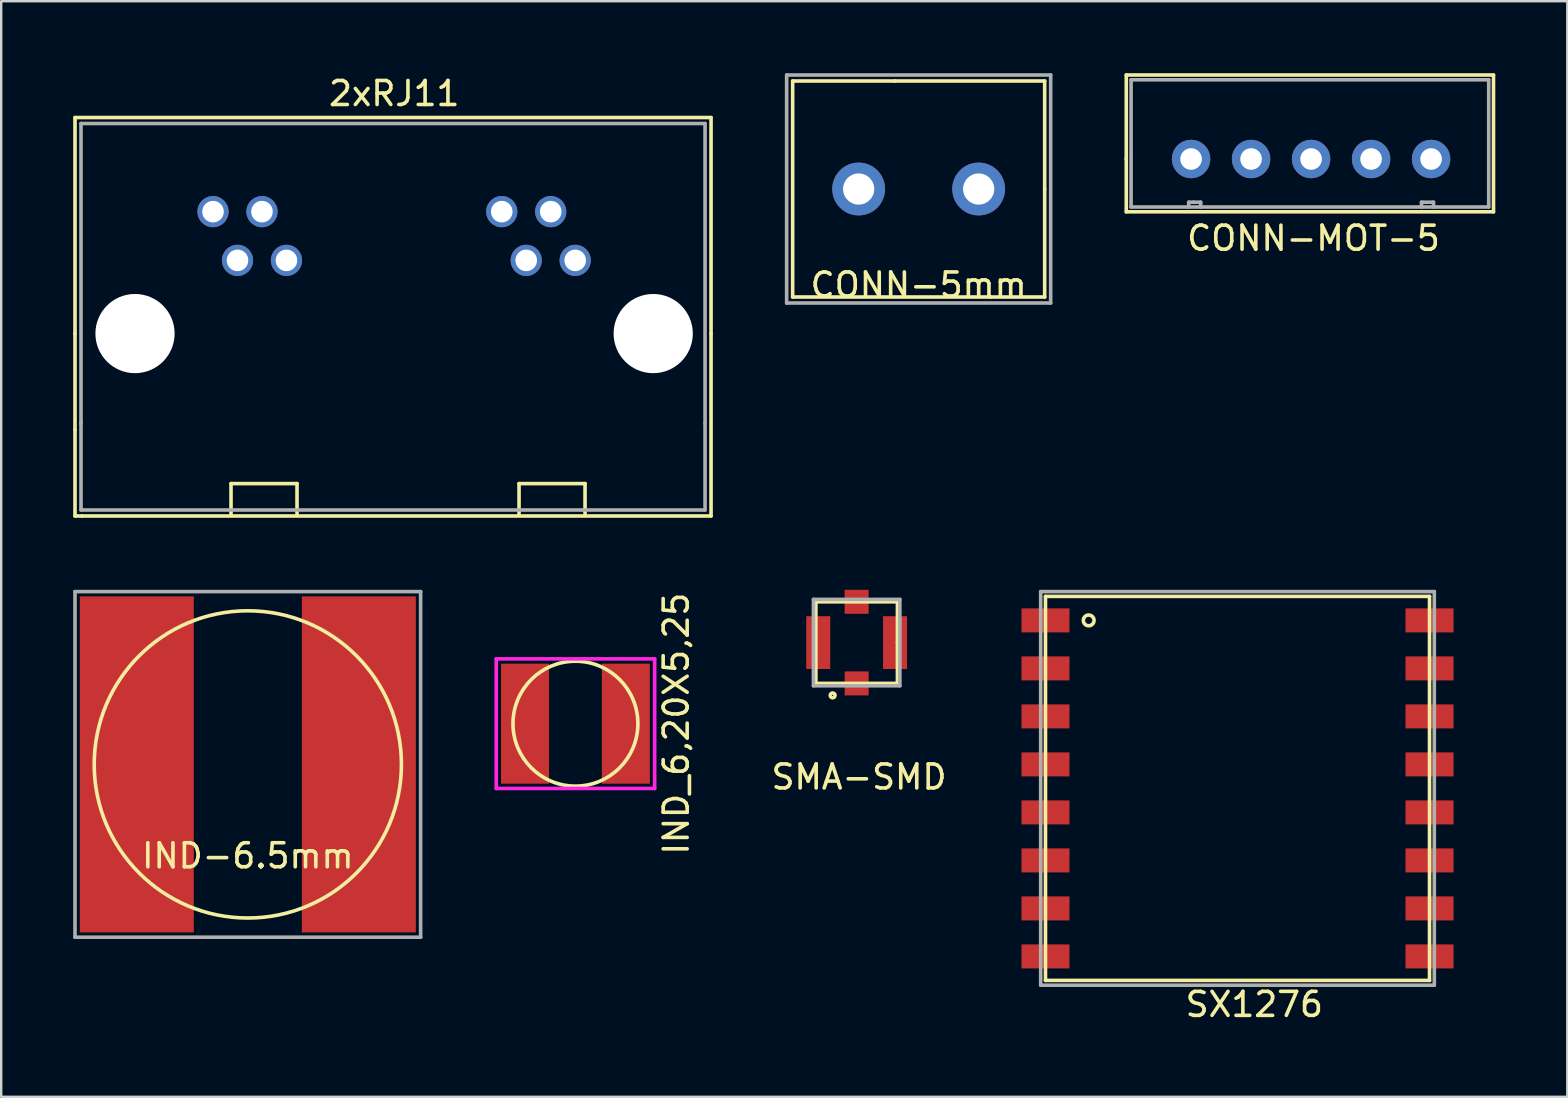
<source format=kicad_pcb>
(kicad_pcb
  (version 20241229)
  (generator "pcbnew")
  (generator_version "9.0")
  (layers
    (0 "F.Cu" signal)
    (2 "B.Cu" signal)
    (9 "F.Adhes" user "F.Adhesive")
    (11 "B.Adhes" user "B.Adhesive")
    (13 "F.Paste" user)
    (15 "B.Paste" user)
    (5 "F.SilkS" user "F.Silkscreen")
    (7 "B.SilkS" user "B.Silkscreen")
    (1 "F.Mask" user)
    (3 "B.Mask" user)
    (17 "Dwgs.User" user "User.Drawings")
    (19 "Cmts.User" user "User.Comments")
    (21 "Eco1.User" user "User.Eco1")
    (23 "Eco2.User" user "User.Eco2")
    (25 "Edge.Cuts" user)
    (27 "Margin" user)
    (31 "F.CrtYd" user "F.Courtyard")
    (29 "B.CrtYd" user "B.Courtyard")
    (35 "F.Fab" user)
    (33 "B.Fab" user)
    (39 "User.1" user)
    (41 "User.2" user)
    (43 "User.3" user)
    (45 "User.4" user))
  (footprint "CONN-5mm"
    (layer "F.Cu")
    (at 35.225 4.825)
    (property "Reference" "CONN-5mm" (at 0 4 0) (layer "F.SilkS") (effects (font (size 1 1) (thickness 0.15))))
    (attr through_hole)
    (fp_line (start -5.25 -4.5) (end -5.25 4.5) (stroke (width 0.15) (type solid)) (layer "F.SilkS"))
    (fp_line (start -5.25 4.5) (end 3 4.5) (stroke (width 0.15) (type solid)) (layer "F.SilkS"))
    (fp_line (start -1 -4.5) (end -5.25 -4.5) (stroke (width 0.15) (type solid)) (layer "F.SilkS"))
    (fp_line (start 3 4.5) (end 5.25 4.5) (stroke (width 0.15) (type solid)) (layer "F.SilkS"))
    (fp_line (start 5.25 -4.5) (end -1 -4.5) (stroke (width 0.15) (type solid)) (layer "F.SilkS"))
    (fp_line (start 5.25 0) (end 5.25 -4.5) (stroke (width 0.15) (type solid)) (layer "F.SilkS"))
    (fp_line (start 5.25 4.5) (end 5.25 0) (stroke (width 0.15) (type solid)) (layer "F.SilkS"))
    (fp_line (start -5.5 -4.75) (end 5.5 -4.75) (stroke (width 0.15) (type solid)) (layer "F.Fab"))
    (fp_line (start -5.5 4.75) (end -5.5 -4.75) (stroke (width 0.15) (type solid)) (layer "F.Fab"))
    (fp_line (start 5.5 -4.75) (end 5.5 4.75) (stroke (width 0.15) (type solid)) (layer "F.Fab"))
    (fp_line (start 5.5 4.75) (end -5.5 4.75) (stroke (width 0.15) (type solid)) (layer "F.Fab"))
    (pad "1" thru_hole circle (at 2.5 0) (size 2.2 2.2) (drill 1.3) (layers "*.Cu" "*.Mask"))
    (pad "2" thru_hole circle (at -2.5 0) (size 2.2 2.2) (drill 1.3) (layers "*.Cu" "*.Mask")))
  (footprint "CONN-MOT-5"
    (layer "F.Cu")
    (at 46.575 3.575)
    (property "Reference" "CONN-MOT-5" (at 5.1 3.3 0) (layer "F.SilkS") (effects (font (size 1 1) (thickness 0.15))))
    (attr through_hole)
    (fp_line (start -2.7 -3.5) (end 12.6 -3.5) (stroke (width 0.15) (type solid)) (layer "F.SilkS"))
    (fp_line (start -2.7 0) (end -2.7 -3.5) (stroke (width 0.15) (type solid)) (layer "F.SilkS"))
    (fp_line (start -2.7 2.2) (end -2.7 0) (stroke (width 0.15) (type solid)) (layer "F.SilkS"))
    (fp_line (start -2.7 2.2) (end 12.6 2.2) (stroke (width 0.15) (type solid)) (layer "F.SilkS"))
    (fp_line (start 12.6 -3.5) (end 12.6 2.2) (stroke (width 0.15) (type solid)) (layer "F.SilkS"))
    (fp_line (start -2.5 -3.3) (end -2.5 2) (stroke (width 0.15) (type solid)) (layer "F.Fab"))
    (fp_line (start -2.5 -3.3) (end 12.4 -3.3) (stroke (width 0.15) (type solid)) (layer "F.Fab"))
    (fp_line (start -2.5 2) (end 12.4 2) (stroke (width 0.15) (type solid)) (layer "F.Fab"))
    (fp_line (start -0.1 1.8) (end 0.1 1.8) (stroke (width 0.15) (type solid)) (layer "F.Fab"))
    (fp_line (start -0.1 2) (end -0.1 1.8) (stroke (width 0.15) (type solid)) (layer "F.Fab"))
    (fp_line (start 0.1 1.8) (end 0.4 1.8) (stroke (width 0.15) (type solid)) (layer "F.Fab"))
    (fp_line (start 0.4 1.8) (end 0.4 2) (stroke (width 0.15) (type solid)) (layer "F.Fab"))
    (fp_line (start 9.6 1.8) (end 10.1 1.8) (stroke (width 0.15) (type solid)) (layer "F.Fab"))
    (fp_line (start 9.6 2) (end 9.6 1.8) (stroke (width 0.15) (type solid)) (layer "F.Fab"))
    (fp_line (start 10.1 1.8) (end 10.1 2) (stroke (width 0.15) (type solid)) (layer "F.Fab"))
    (fp_line (start 12.4 2) (end 12.4 -3.3) (stroke (width 0.15) (type solid)) (layer "F.Fab"))
    (pad "1" thru_hole circle (at 0 0) (size 1.6 1.6) (drill 0.9) (layers "*.Cu" "*.Mask"))
    (pad "2" thru_hole circle (at 2.5 0) (size 1.6 1.6) (drill 0.9) (layers "*.Cu" "*.Mask"))
    (pad "3" thru_hole circle (at 5 0) (size 1.6 1.6) (drill 0.9) (layers "*.Cu" "*.Mask"))
    (pad "4" thru_hole circle (at 7.5 0) (size 1.6 1.6) (drill 0.9) (layers "*.Cu" "*.Mask"))
    (pad "5" thru_hole circle (at 10 0) (size 1.6 1.6) (drill 0.9) (layers "*.Cu" "*.Mask")))
  (footprint "SX1276"
    (layer "F.Cu")
    (at 40.509 22.798)
    (property "Reference" "SX1276" (at 8.7 16 0) (layer "F.SilkS") (effects (font (size 1 1) (thickness 0.15))))
    (attr through_hole)
    (fp_line (start 0 -1) (end 16 -1) (stroke (width 0.15) (type solid)) (layer "F.SilkS"))
    (fp_line (start 0 15) (end 0 -1) (stroke (width 0.15) (type solid)) (layer "F.SilkS"))
    (fp_line (start 16 -1) (end 16 15) (stroke (width 0.15) (type solid)) (layer "F.SilkS"))
    (fp_line (start 16 15) (end 0 15) (stroke (width 0.15) (type solid)) (layer "F.SilkS"))
    (fp_circle (center 1.8 0) (end 1.9 -0.2) (stroke (width 0.15) (type solid)) (fill no) (layer "F.SilkS"))
    (fp_line (start -0.2 -1.2) (end -0.2 15.2) (stroke (width 0.15) (type solid)) (layer "F.Fab"))
    (fp_line (start -0.2 15.2) (end 16.2 15.2) (stroke (width 0.15) (type solid)) (layer "F.Fab"))
    (fp_line (start 16.2 -1.2) (end -0.2 -1.2) (stroke (width 0.15) (type solid)) (layer "F.Fab"))
    (fp_line (start 16.2 15.2) (end 16.2 -1.2) (stroke (width 0.15) (type solid)) (layer "F.Fab"))
    (pad "1" smd rect (at 0 0) (size 2 1) (layers "F.Cu" "F.Mask" "F.Paste"))
    (pad "2" smd rect (at 0 2) (size 2 1) (layers "F.Cu" "F.Mask" "F.Paste"))
    (pad "3" smd rect (at 0 4) (size 2 1) (layers "F.Cu" "F.Mask" "F.Paste"))
    (pad "4" smd rect (at 0 6) (size 2 1) (layers "F.Cu" "F.Mask" "F.Paste"))
    (pad "5" smd rect (at 0 8) (size 2 1) (layers "F.Cu" "F.Mask" "F.Paste"))
    (pad "6" smd rect (at 0 10) (size 2 1) (layers "F.Cu" "F.Mask" "F.Paste"))
    (pad "7" smd rect (at 0 12) (size 2 1) (layers "F.Cu" "F.Mask" "F.Paste"))
    (pad "8" smd rect (at 0 14) (size 2 1) (layers "F.Cu" "F.Mask" "F.Paste"))
    (pad "9" smd rect (at 16 14) (size 2 1) (layers "F.Cu" "F.Mask" "F.Paste"))
    (pad "10" smd rect (at 16 12) (size 2 1) (layers "F.Cu" "F.Mask" "F.Paste"))
    (pad "11" smd rect (at 16 10) (size 2 1) (layers "F.Cu" "F.Mask" "F.Paste"))
    (pad "12" smd rect (at 16 8) (size 2 1) (layers "F.Cu" "F.Mask" "F.Paste"))
    (pad "13" smd rect (at 16 6) (size 2 1) (layers "F.Cu" "F.Mask" "F.Paste"))
    (pad "14" smd rect (at 16 4) (size 2 1) (layers "F.Cu" "F.Mask" "F.Paste"))
    (pad "15" smd rect (at 16 2) (size 2 1) (layers "F.Cu" "F.Mask" "F.Paste"))
    (pad "16" smd rect (at 16 0) (size 2 1) (layers "F.Cu" "F.Mask" "F.Paste")))
  (footprint "IND-6.5mm"
    (layer "F.Cu")
    (at 7.275 28.798)
    (property "Reference" "IND-6.5mm" (at 0 3.81 0) (layer "F.SilkS") (effects (font (size 1 1) (thickness 0.15))))
    (attr through_hole)
    (fp_circle (center 0 0) (end 6.4 0) (stroke (width 0.15) (type solid)) (fill no) (layer "F.SilkS"))
    (fp_line (start -7.2 -7.2) (end 7.2 -7.2) (stroke (width 0.15) (type solid)) (layer "F.Fab"))
    (fp_line (start -7.2 7.2) (end -7.2 -7.2) (stroke (width 0.15) (type solid)) (layer "F.Fab"))
    (fp_line (start 7.2 -7.2) (end 7.2 7.2) (stroke (width 0.15) (type solid)) (layer "F.Fab"))
    (fp_line (start 7.2 7.2) (end -7.2 7.2) (stroke (width 0.15) (type solid)) (layer "F.Fab"))
    (pad "1" smd rect (at 4.625 0) (size 4.75 14) (layers "F.Cu" "F.Mask" "F.Paste"))
    (pad "2" smd rect (at -4.625 0) (size 4.75 14) (layers "F.Cu" "F.Mask" "F.Paste")))
  (footprint "2xRJ11"
    (layer "F.Cu")
    (at 2.575 10.848)
    (property "Reference" "2xRJ11" (at 10.8 -10 0) (layer "F.SilkS") (effects (font (size 1 1) (thickness 0.15))))
    (attr through_hole)
    (fp_line (start -2.5 -9) (end 24 -9) (stroke (width 0.15) (type solid)) (layer "F.SilkS"))
    (fp_line (start -2.5 0) (end -2.5 -9) (stroke (width 0.15) (type solid)) (layer "F.SilkS"))
    (fp_line (start -2.5 4) (end -2.5 0) (stroke (width 0.15) (type solid)) (layer "F.SilkS"))
    (fp_line (start -2.5 4) (end -2.5 7.6) (stroke (width 0.15) (type solid)) (layer "F.SilkS"))
    (fp_line (start -2.5 7.6) (end -2.2 7.6) (stroke (width 0.15) (type solid)) (layer "F.SilkS"))
    (fp_line (start 4 6.25) (end 6.75 6.25) (stroke (width 0.15) (type solid)) (layer "F.SilkS"))
    (fp_line (start 4 7.5) (end 4 6.25) (stroke (width 0.15) (type solid)) (layer "F.SilkS"))
    (fp_line (start 6.75 6.25) (end 6.75 7.5) (stroke (width 0.15) (type solid)) (layer "F.SilkS"))
    (fp_line (start 16 6.25) (end 18.75 6.25) (stroke (width 0.15) (type solid)) (layer "F.SilkS"))
    (fp_line (start 16 7.5) (end 16 6.25) (stroke (width 0.15) (type solid)) (layer "F.SilkS"))
    (fp_line (start 18.75 6.25) (end 18.75 7.5) (stroke (width 0.15) (type solid)) (layer "F.SilkS"))
    (fp_line (start 24 -9) (end 24 0) (stroke (width 0.15) (type solid)) (layer "F.SilkS"))
    (fp_line (start 24 0) (end 24 7.6) (stroke (width 0.15) (type solid)) (layer "F.SilkS"))
    (fp_line (start 24 7.6) (end -2.2 7.6) (stroke (width 0.15) (type solid)) (layer "F.SilkS"))
    (fp_line (start -2.25 -8.75) (end -2.25 3.75) (stroke (width 0.15) (type solid)) (layer "F.Fab"))
    (fp_line (start -2.25 3.75) (end -2.25 7.35) (stroke (width 0.15) (type solid)) (layer "F.Fab"))
    (fp_line (start -2.25 7.35) (end 23.75 7.35) (stroke (width 0.15) (type solid)) (layer "F.Fab"))
    (fp_line (start 23.75 -8.75) (end -2.25 -8.75) (stroke (width 0.15) (type solid)) (layer "F.Fab"))
    (fp_line (start 23.75 3.75) (end 23.75 -8.75) (stroke (width 0.15) (type solid)) (layer "F.Fab"))
    (fp_line (start 23.75 3.75) (end 23.75 7.35) (stroke (width 0.15) (type solid)) (layer "F.Fab"))
    (pad "" np_thru_hole circle (at 0 0) (size 3.3 3.3) (drill 3.3) (layers "*.Cu" "*.Mask"))
    (pad "" np_thru_hole circle (at 21.59 0) (size 3.3 3.3) (drill 3.3) (layers "*.Cu" "*.Mask"))
    (pad "1" thru_hole circle (at 3.25 -5.08) (size 1.3 1.3) (drill 0.9) (layers "*.Cu" "*.Mask"))
    (pad "2" thru_hole circle (at 4.27 -3.05) (size 1.3 1.3) (drill 0.9) (layers "*.Cu" "*.Mask"))
    (pad "3" thru_hole circle (at 5.29 -5.08) (size 1.3 1.3) (drill 0.9) (layers "*.Cu" "*.Mask"))
    (pad "4" thru_hole circle (at 6.31 -3.05) (size 1.3 1.3) (drill 0.9) (layers "*.Cu" "*.Mask"))
    (pad "5" thru_hole circle (at 15.28 -5.08) (size 1.3 1.3) (drill 0.9) (layers "*.Cu" "*.Mask"))
    (pad "6" thru_hole circle (at 16.3 -3.05) (size 1.3 1.3) (drill 0.9) (layers "*.Cu" "*.Mask"))
    (pad "7" thru_hole circle (at 17.32 -5.08) (size 1.3 1.3) (drill 0.9) (layers "*.Cu" "*.Mask"))
    (pad "8" thru_hole circle (at 18.34 -3.05) (size 1.3 1.3) (drill 0.9) (layers "*.Cu" "*.Mask")))
  (footprint "SMA-SMD"
    (layer "F.Cu")
    (at 32.641 23.723)
    (property "Reference" "SMA-SMD" (at 0.1 5.6 0) (layer "F.SilkS") (effects (font (size 1 1) (thickness 0.15))))
    (attr through_hole)
    (fp_line (start -1.7 -1.7) (end -1.7 1.7) (stroke (width 0.15) (type solid)) (layer "F.SilkS"))
    (fp_line (start -1.7 1.7) (end 1.7 1.7) (stroke (width 0.15) (type solid)) (layer "F.SilkS"))
    (fp_line (start 1.7 -1.7) (end -1.7 -1.7) (stroke (width 0.15) (type solid)) (layer "F.SilkS"))
    (fp_line (start 1.7 0) (end 1.7 -1.7) (stroke (width 0.15) (type solid)) (layer "F.SilkS"))
    (fp_line (start 1.7 1.7) (end 1.7 0) (stroke (width 0.15) (type solid)) (layer "F.SilkS"))
    (fp_circle (center -1 2.2) (end -0.9 2.2) (stroke (width 0.15) (type solid)) (fill no) (layer "F.SilkS"))
    (fp_line (start -1.8 -1.8) (end 1.8 -1.8) (stroke (width 0.15) (type solid)) (layer "F.Fab"))
    (fp_line (start -1.8 1.8) (end -1.8 -1.8) (stroke (width 0.15) (type solid)) (layer "F.Fab"))
    (fp_line (start 1.8 -1.8) (end 1.8 1.8) (stroke (width 0.15) (type solid)) (layer "F.Fab"))
    (fp_line (start 1.8 1.8) (end -1.8 1.8) (stroke (width 0.15) (type solid)) (layer "F.Fab"))
    (pad "1" smd rect (at 0 1.7) (size 1 1) (layers "F.Cu" "F.Mask" "F.Paste"))
    (pad "2" smd rect (at -1.6 0) (size 1 2.2) (layers "F.Cu" "F.Mask" "F.Paste"))
    (pad "2" smd rect (at 0 -1.7) (size 1 1) (layers "F.Cu" "F.Mask" "F.Paste"))
    (pad "2" smd rect (at 1.6 0) (size 1 2.2) (layers "F.Cu" "F.Mask" "F.Paste")))
  (footprint "IND_6,20X5,25"
    (layer "F.Cu")
    (at 20.925 27.101)
    (property "Reference" "IND_6,20X5,25" (at 4.2 0 90) (layer "F.SilkS") (effects (font (size 1 1) (thickness 0.15))))
    (attr through_hole)
    (fp_circle (center 0 0) (end 2.6 0.1) (stroke (width 0.15) (type solid)) (fill no) (layer "F.SilkS"))
    (fp_line (start -3.3 -2.7) (end 3.3 -2.7) (stroke (width 0.15) (type solid)) (layer "F.CrtYd"))
    (fp_line (start -3.3 2.7) (end -3.3 -2.7) (stroke (width 0.15) (type solid)) (layer "F.CrtYd"))
    (fp_line (start 3.3 -2.7) (end 3.3 2.7) (stroke (width 0.15) (type solid)) (layer "F.CrtYd"))
    (fp_line (start 3.3 2.7) (end -3.3 2.7) (stroke (width 0.15) (type solid)) (layer "F.CrtYd"))
    (pad "1" smd rect (at -2.1 0) (size 2 5) (layers "F.Cu" "F.Mask" "F.Paste"))
    (pad "2" smd rect (at 2.1 0) (size 2 5) (layers "F.Cu" "F.Mask" "F.Paste")))
  (gr_rect
    (start -3 -3)
    (end 62.25 42.647)
    (stroke (width 0.1) (type default))
    (fill no)
    (layer "Edge.Cuts")))
</source>
